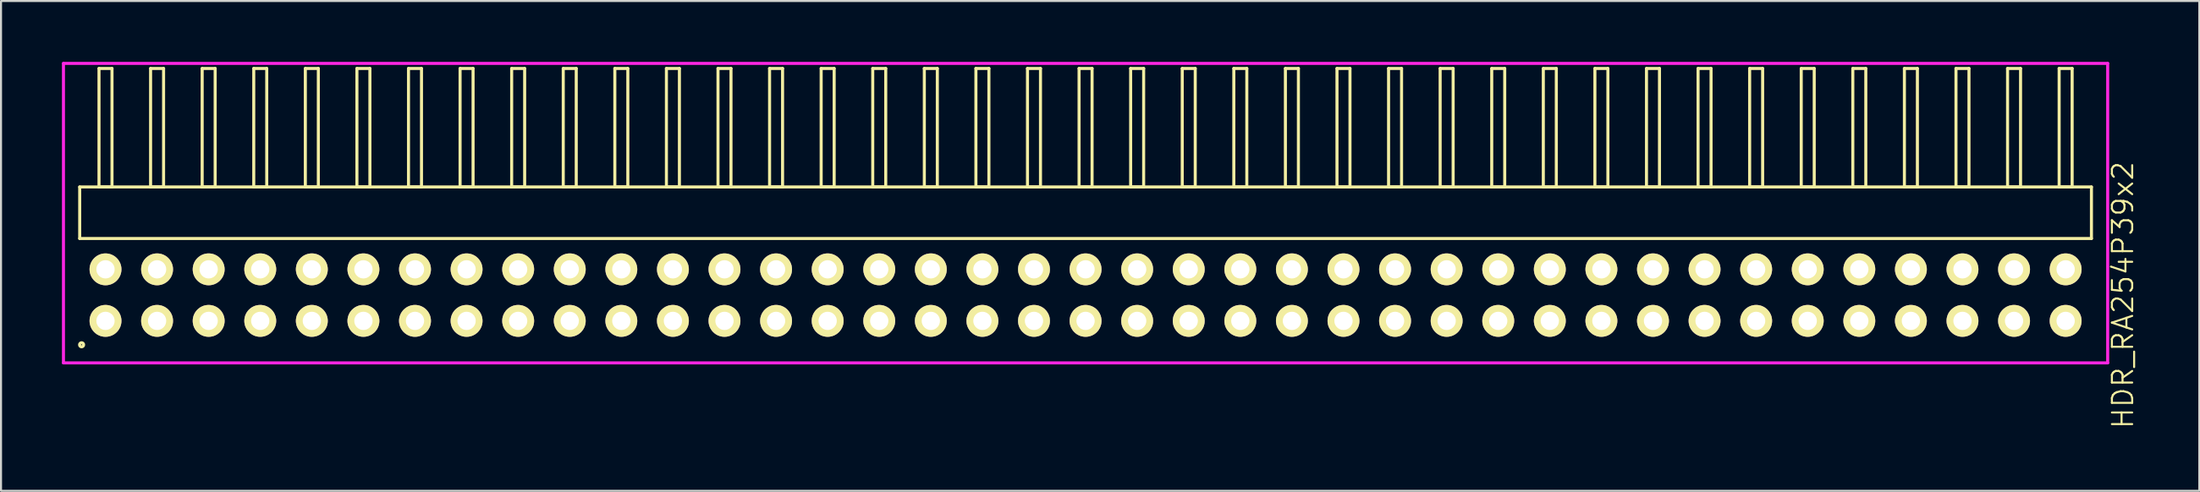
<source format=kicad_pcb>
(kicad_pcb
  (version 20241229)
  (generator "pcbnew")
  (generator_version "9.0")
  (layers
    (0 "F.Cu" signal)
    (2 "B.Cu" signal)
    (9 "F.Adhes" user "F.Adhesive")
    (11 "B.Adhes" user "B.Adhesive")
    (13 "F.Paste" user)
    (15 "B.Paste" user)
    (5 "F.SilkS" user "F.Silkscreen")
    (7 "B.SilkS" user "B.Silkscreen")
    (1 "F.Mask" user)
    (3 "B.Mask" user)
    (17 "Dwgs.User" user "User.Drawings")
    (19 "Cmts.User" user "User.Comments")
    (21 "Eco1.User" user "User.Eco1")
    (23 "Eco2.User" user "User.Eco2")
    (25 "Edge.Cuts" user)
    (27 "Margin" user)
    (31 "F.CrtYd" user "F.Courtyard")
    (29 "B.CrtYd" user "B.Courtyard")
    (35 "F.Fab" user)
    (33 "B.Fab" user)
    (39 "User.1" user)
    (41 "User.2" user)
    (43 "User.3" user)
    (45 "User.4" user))
  (footprint "HDR_RA254P39x2"
    (layer "F.Cu")
    (at 50.405 11.495)
    (property "Reference" "HDR_RA254P39x2" (at 51.08 0 90) (layer "F.SilkS") (effects (font (size 1 1) (thickness 0.1))))
    (attr through_hole)
    (fp_line (start -49.53 -5.33) (end -49.53 -2.79) (stroke (width 0.15) (type solid)) (layer "F.SilkS"))
    (fp_line (start -49.53 -2.79) (end 49.53 -2.79) (stroke (width 0.15) (type solid)) (layer "F.SilkS"))
    (fp_line (start -48.58 -11.17) (end -48.58 -5.33) (stroke (width 0.15) (type solid)) (layer "F.SilkS"))
    (fp_line (start -48.58 -5.33) (end -47.94 -5.33) (stroke (width 0.15) (type solid)) (layer "F.SilkS"))
    (fp_line (start -47.94 -11.17) (end -48.58 -11.17) (stroke (width 0.15) (type solid)) (layer "F.SilkS"))
    (fp_line (start -47.94 -5.33) (end -47.94 -11.17) (stroke (width 0.15) (type solid)) (layer "F.SilkS"))
    (fp_line (start -46.04 -11.17) (end -46.04 -5.33) (stroke (width 0.15) (type solid)) (layer "F.SilkS"))
    (fp_line (start -46.04 -5.33) (end -45.4 -5.33) (stroke (width 0.15) (type solid)) (layer "F.SilkS"))
    (fp_line (start -45.4 -11.17) (end -46.04 -11.17) (stroke (width 0.15) (type solid)) (layer "F.SilkS"))
    (fp_line (start -45.4 -5.33) (end -45.4 -11.17) (stroke (width 0.15) (type solid)) (layer "F.SilkS"))
    (fp_line (start -43.5 -11.17) (end -43.5 -5.33) (stroke (width 0.15) (type solid)) (layer "F.SilkS"))
    (fp_line (start -43.5 -5.33) (end -42.86 -5.33) (stroke (width 0.15) (type solid)) (layer "F.SilkS"))
    (fp_line (start -42.86 -11.17) (end -43.5 -11.17) (stroke (width 0.15) (type solid)) (layer "F.SilkS"))
    (fp_line (start -42.86 -5.33) (end -42.86 -11.17) (stroke (width 0.15) (type solid)) (layer "F.SilkS"))
    (fp_line (start -40.96 -11.17) (end -40.96 -5.33) (stroke (width 0.15) (type solid)) (layer "F.SilkS"))
    (fp_line (start -40.96 -5.33) (end -40.32 -5.33) (stroke (width 0.15) (type solid)) (layer "F.SilkS"))
    (fp_line (start -40.32 -11.17) (end -40.96 -11.17) (stroke (width 0.15) (type solid)) (layer "F.SilkS"))
    (fp_line (start -40.32 -5.33) (end -40.32 -11.17) (stroke (width 0.15) (type solid)) (layer "F.SilkS"))
    (fp_line (start -38.42 -11.17) (end -38.42 -5.33) (stroke (width 0.15) (type solid)) (layer "F.SilkS"))
    (fp_line (start -38.42 -5.33) (end -37.78 -5.33) (stroke (width 0.15) (type solid)) (layer "F.SilkS"))
    (fp_line (start -37.78 -11.17) (end -38.42 -11.17) (stroke (width 0.15) (type solid)) (layer "F.SilkS"))
    (fp_line (start -37.78 -5.33) (end -37.78 -11.17) (stroke (width 0.15) (type solid)) (layer "F.SilkS"))
    (fp_line (start -35.88 -11.17) (end -35.88 -5.33) (stroke (width 0.15) (type solid)) (layer "F.SilkS"))
    (fp_line (start -35.88 -5.33) (end -35.24 -5.33) (stroke (width 0.15) (type solid)) (layer "F.SilkS"))
    (fp_line (start -35.24 -11.17) (end -35.88 -11.17) (stroke (width 0.15) (type solid)) (layer "F.SilkS"))
    (fp_line (start -35.24 -5.33) (end -35.24 -11.17) (stroke (width 0.15) (type solid)) (layer "F.SilkS"))
    (fp_line (start -33.34 -11.17) (end -33.34 -5.33) (stroke (width 0.15) (type solid)) (layer "F.SilkS"))
    (fp_line (start -33.34 -5.33) (end -32.7 -5.33) (stroke (width 0.15) (type solid)) (layer "F.SilkS"))
    (fp_line (start -32.7 -11.17) (end -33.34 -11.17) (stroke (width 0.15) (type solid)) (layer "F.SilkS"))
    (fp_line (start -32.7 -5.33) (end -32.7 -11.17) (stroke (width 0.15) (type solid)) (layer "F.SilkS"))
    (fp_line (start -30.8 -11.17) (end -30.8 -5.33) (stroke (width 0.15) (type solid)) (layer "F.SilkS"))
    (fp_line (start -30.8 -5.33) (end -30.16 -5.33) (stroke (width 0.15) (type solid)) (layer "F.SilkS"))
    (fp_line (start -30.16 -11.17) (end -30.8 -11.17) (stroke (width 0.15) (type solid)) (layer "F.SilkS"))
    (fp_line (start -30.16 -5.33) (end -30.16 -11.17) (stroke (width 0.15) (type solid)) (layer "F.SilkS"))
    (fp_line (start -28.26 -11.17) (end -28.26 -5.33) (stroke (width 0.15) (type solid)) (layer "F.SilkS"))
    (fp_line (start -28.26 -5.33) (end -27.62 -5.33) (stroke (width 0.15) (type solid)) (layer "F.SilkS"))
    (fp_line (start -27.62 -11.17) (end -28.26 -11.17) (stroke (width 0.15) (type solid)) (layer "F.SilkS"))
    (fp_line (start -27.62 -5.33) (end -27.62 -11.17) (stroke (width 0.15) (type solid)) (layer "F.SilkS"))
    (fp_line (start -25.72 -11.17) (end -25.72 -5.33) (stroke (width 0.15) (type solid)) (layer "F.SilkS"))
    (fp_line (start -25.72 -5.33) (end -25.08 -5.33) (stroke (width 0.15) (type solid)) (layer "F.SilkS"))
    (fp_line (start -25.08 -11.17) (end -25.72 -11.17) (stroke (width 0.15) (type solid)) (layer "F.SilkS"))
    (fp_line (start -25.08 -5.33) (end -25.08 -11.17) (stroke (width 0.15) (type solid)) (layer "F.SilkS"))
    (fp_line (start -23.18 -11.17) (end -23.18 -5.33) (stroke (width 0.15) (type solid)) (layer "F.SilkS"))
    (fp_line (start -23.18 -5.33) (end -22.54 -5.33) (stroke (width 0.15) (type solid)) (layer "F.SilkS"))
    (fp_line (start -22.54 -11.17) (end -23.18 -11.17) (stroke (width 0.15) (type solid)) (layer "F.SilkS"))
    (fp_line (start -22.54 -5.33) (end -22.54 -11.17) (stroke (width 0.15) (type solid)) (layer "F.SilkS"))
    (fp_line (start -20.64 -11.17) (end -20.64 -5.33) (stroke (width 0.15) (type solid)) (layer "F.SilkS"))
    (fp_line (start -20.64 -5.33) (end -20 -5.33) (stroke (width 0.15) (type solid)) (layer "F.SilkS"))
    (fp_line (start -20 -11.17) (end -20.64 -11.17) (stroke (width 0.15) (type solid)) (layer "F.SilkS"))
    (fp_line (start -20 -5.33) (end -20 -11.17) (stroke (width 0.15) (type solid)) (layer "F.SilkS"))
    (fp_line (start -18.1 -11.17) (end -18.1 -5.33) (stroke (width 0.15) (type solid)) (layer "F.SilkS"))
    (fp_line (start -18.1 -5.33) (end -17.46 -5.33) (stroke (width 0.15) (type solid)) (layer "F.SilkS"))
    (fp_line (start -17.46 -11.17) (end -18.1 -11.17) (stroke (width 0.15) (type solid)) (layer "F.SilkS"))
    (fp_line (start -17.46 -5.33) (end -17.46 -11.17) (stroke (width 0.15) (type solid)) (layer "F.SilkS"))
    (fp_line (start -15.56 -11.17) (end -15.56 -5.33) (stroke (width 0.15) (type solid)) (layer "F.SilkS"))
    (fp_line (start -15.56 -5.33) (end -14.92 -5.33) (stroke (width 0.15) (type solid)) (layer "F.SilkS"))
    (fp_line (start -14.92 -11.17) (end -15.56 -11.17) (stroke (width 0.15) (type solid)) (layer "F.SilkS"))
    (fp_line (start -14.92 -5.33) (end -14.92 -11.17) (stroke (width 0.15) (type solid)) (layer "F.SilkS"))
    (fp_line (start -13.02 -11.17) (end -13.02 -5.33) (stroke (width 0.15) (type solid)) (layer "F.SilkS"))
    (fp_line (start -13.02 -5.33) (end -12.38 -5.33) (stroke (width 0.15) (type solid)) (layer "F.SilkS"))
    (fp_line (start -12.38 -11.17) (end -13.02 -11.17) (stroke (width 0.15) (type solid)) (layer "F.SilkS"))
    (fp_line (start -12.38 -5.33) (end -12.38 -11.17) (stroke (width 0.15) (type solid)) (layer "F.SilkS"))
    (fp_line (start -10.48 -11.17) (end -10.48 -5.33) (stroke (width 0.15) (type solid)) (layer "F.SilkS"))
    (fp_line (start -10.48 -5.33) (end -9.84 -5.33) (stroke (width 0.15) (type solid)) (layer "F.SilkS"))
    (fp_line (start -9.84 -11.17) (end -10.48 -11.17) (stroke (width 0.15) (type solid)) (layer "F.SilkS"))
    (fp_line (start -9.84 -5.33) (end -9.84 -11.17) (stroke (width 0.15) (type solid)) (layer "F.SilkS"))
    (fp_line (start -7.94 -11.17) (end -7.94 -5.33) (stroke (width 0.15) (type solid)) (layer "F.SilkS"))
    (fp_line (start -7.94 -5.33) (end -7.3 -5.33) (stroke (width 0.15) (type solid)) (layer "F.SilkS"))
    (fp_line (start -7.3 -11.17) (end -7.94 -11.17) (stroke (width 0.15) (type solid)) (layer "F.SilkS"))
    (fp_line (start -7.3 -5.33) (end -7.3 -11.17) (stroke (width 0.15) (type solid)) (layer "F.SilkS"))
    (fp_line (start -5.4 -11.17) (end -5.4 -5.33) (stroke (width 0.15) (type solid)) (layer "F.SilkS"))
    (fp_line (start -5.4 -5.33) (end -4.76 -5.33) (stroke (width 0.15) (type solid)) (layer "F.SilkS"))
    (fp_line (start -4.76 -11.17) (end -5.4 -11.17) (stroke (width 0.15) (type solid)) (layer "F.SilkS"))
    (fp_line (start -4.76 -5.33) (end -4.76 -11.17) (stroke (width 0.15) (type solid)) (layer "F.SilkS"))
    (fp_line (start -2.86 -11.17) (end -2.86 -5.33) (stroke (width 0.15) (type solid)) (layer "F.SilkS"))
    (fp_line (start -2.86 -5.33) (end -2.22 -5.33) (stroke (width 0.15) (type solid)) (layer "F.SilkS"))
    (fp_line (start -2.22 -11.17) (end -2.86 -11.17) (stroke (width 0.15) (type solid)) (layer "F.SilkS"))
    (fp_line (start -2.22 -5.33) (end -2.22 -11.17) (stroke (width 0.15) (type solid)) (layer "F.SilkS"))
    (fp_line (start -0.32 -11.17) (end -0.32 -5.33) (stroke (width 0.15) (type solid)) (layer "F.SilkS"))
    (fp_line (start -0.32 -5.33) (end 0.32 -5.33) (stroke (width 0.15) (type solid)) (layer "F.SilkS"))
    (fp_line (start 0.32 -11.17) (end -0.32 -11.17) (stroke (width 0.15) (type solid)) (layer "F.SilkS"))
    (fp_line (start 0.32 -5.33) (end 0.32 -11.17) (stroke (width 0.15) (type solid)) (layer "F.SilkS"))
    (fp_line (start 2.22 -11.17) (end 2.22 -5.33) (stroke (width 0.15) (type solid)) (layer "F.SilkS"))
    (fp_line (start 2.22 -5.33) (end 2.86 -5.33) (stroke (width 0.15) (type solid)) (layer "F.SilkS"))
    (fp_line (start 2.86 -11.17) (end 2.22 -11.17) (stroke (width 0.15) (type solid)) (layer "F.SilkS"))
    (fp_line (start 2.86 -5.33) (end 2.86 -11.17) (stroke (width 0.15) (type solid)) (layer "F.SilkS"))
    (fp_line (start 4.76 -11.17) (end 4.76 -5.33) (stroke (width 0.15) (type solid)) (layer "F.SilkS"))
    (fp_line (start 4.76 -5.33) (end 5.4 -5.33) (stroke (width 0.15) (type solid)) (layer "F.SilkS"))
    (fp_line (start 5.4 -11.17) (end 4.76 -11.17) (stroke (width 0.15) (type solid)) (layer "F.SilkS"))
    (fp_line (start 5.4 -5.33) (end 5.4 -11.17) (stroke (width 0.15) (type solid)) (layer "F.SilkS"))
    (fp_line (start 7.3 -11.17) (end 7.3 -5.33) (stroke (width 0.15) (type solid)) (layer "F.SilkS"))
    (fp_line (start 7.3 -5.33) (end 7.94 -5.33) (stroke (width 0.15) (type solid)) (layer "F.SilkS"))
    (fp_line (start 7.94 -11.17) (end 7.3 -11.17) (stroke (width 0.15) (type solid)) (layer "F.SilkS"))
    (fp_line (start 7.94 -5.33) (end 7.94 -11.17) (stroke (width 0.15) (type solid)) (layer "F.SilkS"))
    (fp_line (start 9.84 -11.17) (end 9.84 -5.33) (stroke (width 0.15) (type solid)) (layer "F.SilkS"))
    (fp_line (start 9.84 -5.33) (end 10.48 -5.33) (stroke (width 0.15) (type solid)) (layer "F.SilkS"))
    (fp_line (start 10.48 -11.17) (end 9.84 -11.17) (stroke (width 0.15) (type solid)) (layer "F.SilkS"))
    (fp_line (start 10.48 -5.33) (end 10.48 -11.17) (stroke (width 0.15) (type solid)) (layer "F.SilkS"))
    (fp_line (start 12.38 -11.17) (end 12.38 -5.33) (stroke (width 0.15) (type solid)) (layer "F.SilkS"))
    (fp_line (start 12.38 -5.33) (end 13.02 -5.33) (stroke (width 0.15) (type solid)) (layer "F.SilkS"))
    (fp_line (start 13.02 -11.17) (end 12.38 -11.17) (stroke (width 0.15) (type solid)) (layer "F.SilkS"))
    (fp_line (start 13.02 -5.33) (end 13.02 -11.17) (stroke (width 0.15) (type solid)) (layer "F.SilkS"))
    (fp_line (start 14.92 -11.17) (end 14.92 -5.33) (stroke (width 0.15) (type solid)) (layer "F.SilkS"))
    (fp_line (start 14.92 -5.33) (end 15.56 -5.33) (stroke (width 0.15) (type solid)) (layer "F.SilkS"))
    (fp_line (start 15.56 -11.17) (end 14.92 -11.17) (stroke (width 0.15) (type solid)) (layer "F.SilkS"))
    (fp_line (start 15.56 -5.33) (end 15.56 -11.17) (stroke (width 0.15) (type solid)) (layer "F.SilkS"))
    (fp_line (start 17.46 -11.17) (end 17.46 -5.33) (stroke (width 0.15) (type solid)) (layer "F.SilkS"))
    (fp_line (start 17.46 -5.33) (end 18.1 -5.33) (stroke (width 0.15) (type solid)) (layer "F.SilkS"))
    (fp_line (start 18.1 -11.17) (end 17.46 -11.17) (stroke (width 0.15) (type solid)) (layer "F.SilkS"))
    (fp_line (start 18.1 -5.33) (end 18.1 -11.17) (stroke (width 0.15) (type solid)) (layer "F.SilkS"))
    (fp_line (start 20 -11.17) (end 20 -5.33) (stroke (width 0.15) (type solid)) (layer "F.SilkS"))
    (fp_line (start 20 -5.33) (end 20.64 -5.33) (stroke (width 0.15) (type solid)) (layer "F.SilkS"))
    (fp_line (start 20.64 -11.17) (end 20 -11.17) (stroke (width 0.15) (type solid)) (layer "F.SilkS"))
    (fp_line (start 20.64 -5.33) (end 20.64 -11.17) (stroke (width 0.15) (type solid)) (layer "F.SilkS"))
    (fp_line (start 22.54 -11.17) (end 22.54 -5.33) (stroke (width 0.15) (type solid)) (layer "F.SilkS"))
    (fp_line (start 22.54 -5.33) (end 23.18 -5.33) (stroke (width 0.15) (type solid)) (layer "F.SilkS"))
    (fp_line (start 23.18 -11.17) (end 22.54 -11.17) (stroke (width 0.15) (type solid)) (layer "F.SilkS"))
    (fp_line (start 23.18 -5.33) (end 23.18 -11.17) (stroke (width 0.15) (type solid)) (layer "F.SilkS"))
    (fp_line (start 25.08 -11.17) (end 25.08 -5.33) (stroke (width 0.15) (type solid)) (layer "F.SilkS"))
    (fp_line (start 25.08 -5.33) (end 25.72 -5.33) (stroke (width 0.15) (type solid)) (layer "F.SilkS"))
    (fp_line (start 25.72 -11.17) (end 25.08 -11.17) (stroke (width 0.15) (type solid)) (layer "F.SilkS"))
    (fp_line (start 25.72 -5.33) (end 25.72 -11.17) (stroke (width 0.15) (type solid)) (layer "F.SilkS"))
    (fp_line (start 27.62 -11.17) (end 27.62 -5.33) (stroke (width 0.15) (type solid)) (layer "F.SilkS"))
    (fp_line (start 27.62 -5.33) (end 28.26 -5.33) (stroke (width 0.15) (type solid)) (layer "F.SilkS"))
    (fp_line (start 28.26 -11.17) (end 27.62 -11.17) (stroke (width 0.15) (type solid)) (layer "F.SilkS"))
    (fp_line (start 28.26 -5.33) (end 28.26 -11.17) (stroke (width 0.15) (type solid)) (layer "F.SilkS"))
    (fp_line (start 30.16 -11.17) (end 30.16 -5.33) (stroke (width 0.15) (type solid)) (layer "F.SilkS"))
    (fp_line (start 30.16 -5.33) (end 30.8 -5.33) (stroke (width 0.15) (type solid)) (layer "F.SilkS"))
    (fp_line (start 30.8 -11.17) (end 30.16 -11.17) (stroke (width 0.15) (type solid)) (layer "F.SilkS"))
    (fp_line (start 30.8 -5.33) (end 30.8 -11.17) (stroke (width 0.15) (type solid)) (layer "F.SilkS"))
    (fp_line (start 32.7 -11.17) (end 32.7 -5.33) (stroke (width 0.15) (type solid)) (layer "F.SilkS"))
    (fp_line (start 32.7 -5.33) (end 33.34 -5.33) (stroke (width 0.15) (type solid)) (layer "F.SilkS"))
    (fp_line (start 33.34 -11.17) (end 32.7 -11.17) (stroke (width 0.15) (type solid)) (layer "F.SilkS"))
    (fp_line (start 33.34 -5.33) (end 33.34 -11.17) (stroke (width 0.15) (type solid)) (layer "F.SilkS"))
    (fp_line (start 35.24 -11.17) (end 35.24 -5.33) (stroke (width 0.15) (type solid)) (layer "F.SilkS"))
    (fp_line (start 35.24 -5.33) (end 35.88 -5.33) (stroke (width 0.15) (type solid)) (layer "F.SilkS"))
    (fp_line (start 35.88 -11.17) (end 35.24 -11.17) (stroke (width 0.15) (type solid)) (layer "F.SilkS"))
    (fp_line (start 35.88 -5.33) (end 35.88 -11.17) (stroke (width 0.15) (type solid)) (layer "F.SilkS"))
    (fp_line (start 37.78 -11.17) (end 37.78 -5.33) (stroke (width 0.15) (type solid)) (layer "F.SilkS"))
    (fp_line (start 37.78 -5.33) (end 38.42 -5.33) (stroke (width 0.15) (type solid)) (layer "F.SilkS"))
    (fp_line (start 38.42 -11.17) (end 37.78 -11.17) (stroke (width 0.15) (type solid)) (layer "F.SilkS"))
    (fp_line (start 38.42 -5.33) (end 38.42 -11.17) (stroke (width 0.15) (type solid)) (layer "F.SilkS"))
    (fp_line (start 40.32 -11.17) (end 40.32 -5.33) (stroke (width 0.15) (type solid)) (layer "F.SilkS"))
    (fp_line (start 40.32 -5.33) (end 40.96 -5.33) (stroke (width 0.15) (type solid)) (layer "F.SilkS"))
    (fp_line (start 40.96 -11.17) (end 40.32 -11.17) (stroke (width 0.15) (type solid)) (layer "F.SilkS"))
    (fp_line (start 40.96 -5.33) (end 40.96 -11.17) (stroke (width 0.15) (type solid)) (layer "F.SilkS"))
    (fp_line (start 42.86 -11.17) (end 42.86 -5.33) (stroke (width 0.15) (type solid)) (layer "F.SilkS"))
    (fp_line (start 42.86 -5.33) (end 43.5 -5.33) (stroke (width 0.15) (type solid)) (layer "F.SilkS"))
    (fp_line (start 43.5 -11.17) (end 42.86 -11.17) (stroke (width 0.15) (type solid)) (layer "F.SilkS"))
    (fp_line (start 43.5 -5.33) (end 43.5 -11.17) (stroke (width 0.15) (type solid)) (layer "F.SilkS"))
    (fp_line (start 45.4 -11.17) (end 45.4 -5.33) (stroke (width 0.15) (type solid)) (layer "F.SilkS"))
    (fp_line (start 45.4 -5.33) (end 46.04 -5.33) (stroke (width 0.15) (type solid)) (layer "F.SilkS"))
    (fp_line (start 46.04 -11.17) (end 45.4 -11.17) (stroke (width 0.15) (type solid)) (layer "F.SilkS"))
    (fp_line (start 46.04 -5.33) (end 46.04 -11.17) (stroke (width 0.15) (type solid)) (layer "F.SilkS"))
    (fp_line (start 47.94 -11.17) (end 47.94 -5.33) (stroke (width 0.15) (type solid)) (layer "F.SilkS"))
    (fp_line (start 47.94 -5.33) (end 48.58 -5.33) (stroke (width 0.15) (type solid)) (layer "F.SilkS"))
    (fp_line (start 48.58 -11.17) (end 47.94 -11.17) (stroke (width 0.15) (type solid)) (layer "F.SilkS"))
    (fp_line (start 48.58 -5.33) (end 48.58 -11.17) (stroke (width 0.15) (type solid)) (layer "F.SilkS"))
    (fp_line (start 49.53 -5.33) (end -49.53 -5.33) (stroke (width 0.15) (type solid)) (layer "F.SilkS"))
    (fp_line (start 49.53 -2.79) (end 49.53 -5.33) (stroke (width 0.15) (type solid)) (layer "F.SilkS"))
    (fp_circle (center -49.437 2.448) (end -49.337 2.448) (stroke (width 0.15) (type solid)) (fill no) (layer "F.SilkS"))
    (fp_line (start -50.33 -11.42) (end -50.33 3.34) (stroke (width 0.15) (type solid)) (layer "F.CrtYd"))
    (fp_line (start -50.33 3.34) (end 50.33 3.34) (stroke (width 0.15) (type solid)) (layer "F.CrtYd"))
    (fp_line (start 50.33 -11.42) (end -50.33 -11.42) (stroke (width 0.15) (type solid)) (layer "F.CrtYd"))
    (fp_line (start 50.33 3.34) (end 50.33 -11.42) (stroke (width 0.15) (type solid)) (layer "F.CrtYd"))
    (pad "1" thru_hole oval (at -48.26 1.27) (size 1.57 1.57) (drill 0.9) (layers "*.Cu" "*.Mask" "F.SilkS"))
    (pad "2" thru_hole oval (at -48.26 -1.27) (size 1.57 1.57) (drill 0.9) (layers "*.Cu" "*.Mask" "F.SilkS"))
    (pad "3" thru_hole oval (at -45.72 1.27) (size 1.57 1.57) (drill 0.9) (layers "*.Cu" "*.Mask" "F.SilkS"))
    (pad "4" thru_hole oval (at -45.72 -1.27) (size 1.57 1.57) (drill 0.9) (layers "*.Cu" "*.Mask" "F.SilkS"))
    (pad "5" thru_hole oval (at -43.18 1.27) (size 1.57 1.57) (drill 0.9) (layers "*.Cu" "*.Mask" "F.SilkS"))
    (pad "6" thru_hole oval (at -43.18 -1.27) (size 1.57 1.57) (drill 0.9) (layers "*.Cu" "*.Mask" "F.SilkS"))
    (pad "7" thru_hole oval (at -40.64 1.27) (size 1.57 1.57) (drill 0.9) (layers "*.Cu" "*.Mask" "F.SilkS"))
    (pad "8" thru_hole oval (at -40.64 -1.27) (size 1.57 1.57) (drill 0.9) (layers "*.Cu" "*.Mask" "F.SilkS"))
    (pad "9" thru_hole oval (at -38.1 1.27) (size 1.57 1.57) (drill 0.9) (layers "*.Cu" "*.Mask" "F.SilkS"))
    (pad "10" thru_hole oval (at -38.1 -1.27) (size 1.57 1.57) (drill 0.9) (layers "*.Cu" "*.Mask" "F.SilkS"))
    (pad "11" thru_hole oval (at -35.56 1.27) (size 1.57 1.57) (drill 0.9) (layers "*.Cu" "*.Mask" "F.SilkS"))
    (pad "12" thru_hole oval (at -35.56 -1.27) (size 1.57 1.57) (drill 0.9) (layers "*.Cu" "*.Mask" "F.SilkS"))
    (pad "13" thru_hole oval (at -33.02 1.27) (size 1.57 1.57) (drill 0.9) (layers "*.Cu" "*.Mask" "F.SilkS"))
    (pad "14" thru_hole oval (at -33.02 -1.27) (size 1.57 1.57) (drill 0.9) (layers "*.Cu" "*.Mask" "F.SilkS"))
    (pad "15" thru_hole oval (at -30.48 1.27) (size 1.57 1.57) (drill 0.9) (layers "*.Cu" "*.Mask" "F.SilkS"))
    (pad "16" thru_hole oval (at -30.48 -1.27) (size 1.57 1.57) (drill 0.9) (layers "*.Cu" "*.Mask" "F.SilkS"))
    (pad "17" thru_hole oval (at -27.94 1.27) (size 1.57 1.57) (drill 0.9) (layers "*.Cu" "*.Mask" "F.SilkS"))
    (pad "18" thru_hole oval (at -27.94 -1.27) (size 1.57 1.57) (drill 0.9) (layers "*.Cu" "*.Mask" "F.SilkS"))
    (pad "19" thru_hole oval (at -25.4 1.27) (size 1.57 1.57) (drill 0.9) (layers "*.Cu" "*.Mask" "F.SilkS"))
    (pad "20" thru_hole oval (at -25.4 -1.27) (size 1.57 1.57) (drill 0.9) (layers "*.Cu" "*.Mask" "F.SilkS"))
    (pad "21" thru_hole oval (at -22.86 1.27) (size 1.57 1.57) (drill 0.9) (layers "*.Cu" "*.Mask" "F.SilkS"))
    (pad "22" thru_hole oval (at -22.86 -1.27) (size 1.57 1.57) (drill 0.9) (layers "*.Cu" "*.Mask" "F.SilkS"))
    (pad "23" thru_hole oval (at -20.32 1.27) (size 1.57 1.57) (drill 0.9) (layers "*.Cu" "*.Mask" "F.SilkS"))
    (pad "24" thru_hole oval (at -20.32 -1.27) (size 1.57 1.57) (drill 0.9) (layers "*.Cu" "*.Mask" "F.SilkS"))
    (pad "25" thru_hole oval (at -17.78 1.27) (size 1.57 1.57) (drill 0.9) (layers "*.Cu" "*.Mask" "F.SilkS"))
    (pad "26" thru_hole oval (at -17.78 -1.27) (size 1.57 1.57) (drill 0.9) (layers "*.Cu" "*.Mask" "F.SilkS"))
    (pad "27" thru_hole oval (at -15.24 1.27) (size 1.57 1.57) (drill 0.9) (layers "*.Cu" "*.Mask" "F.SilkS"))
    (pad "28" thru_hole oval (at -15.24 -1.27) (size 1.57 1.57) (drill 0.9) (layers "*.Cu" "*.Mask" "F.SilkS"))
    (pad "29" thru_hole oval (at -12.7 1.27) (size 1.57 1.57) (drill 0.9) (layers "*.Cu" "*.Mask" "F.SilkS"))
    (pad "30" thru_hole oval (at -12.7 -1.27) (size 1.57 1.57) (drill 0.9) (layers "*.Cu" "*.Mask" "F.SilkS"))
    (pad "31" thru_hole oval (at -10.16 1.27) (size 1.57 1.57) (drill 0.9) (layers "*.Cu" "*.Mask" "F.SilkS"))
    (pad "32" thru_hole oval (at -10.16 -1.27) (size 1.57 1.57) (drill 0.9) (layers "*.Cu" "*.Mask" "F.SilkS"))
    (pad "33" thru_hole oval (at -7.62 1.27) (size 1.57 1.57) (drill 0.9) (layers "*.Cu" "*.Mask" "F.SilkS"))
    (pad "34" thru_hole oval (at -7.62 -1.27) (size 1.57 1.57) (drill 0.9) (layers "*.Cu" "*.Mask" "F.SilkS"))
    (pad "35" thru_hole oval (at -5.08 1.27) (size 1.57 1.57) (drill 0.9) (layers "*.Cu" "*.Mask" "F.SilkS"))
    (pad "36" thru_hole oval (at -5.08 -1.27) (size 1.57 1.57) (drill 0.9) (layers "*.Cu" "*.Mask" "F.SilkS"))
    (pad "37" thru_hole oval (at -2.54 1.27) (size 1.57 1.57) (drill 0.9) (layers "*.Cu" "*.Mask" "F.SilkS"))
    (pad "38" thru_hole oval (at -2.54 -1.27) (size 1.57 1.57) (drill 0.9) (layers "*.Cu" "*.Mask" "F.SilkS"))
    (pad "39" thru_hole oval (at 0 1.27) (size 1.57 1.57) (drill 0.9) (layers "*.Cu" "*.Mask" "F.SilkS"))
    (pad "40" thru_hole oval (at 0 -1.27) (size 1.57 1.57) (drill 0.9) (layers "*.Cu" "*.Mask" "F.SilkS"))
    (pad "41" thru_hole oval (at 2.54 1.27) (size 1.57 1.57) (drill 0.9) (layers "*.Cu" "*.Mask" "F.SilkS"))
    (pad "42" thru_hole oval (at 2.54 -1.27) (size 1.57 1.57) (drill 0.9) (layers "*.Cu" "*.Mask" "F.SilkS"))
    (pad "43" thru_hole oval (at 5.08 1.27) (size 1.57 1.57) (drill 0.9) (layers "*.Cu" "*.Mask" "F.SilkS"))
    (pad "44" thru_hole oval (at 5.08 -1.27) (size 1.57 1.57) (drill 0.9) (layers "*.Cu" "*.Mask" "F.SilkS"))
    (pad "45" thru_hole oval (at 7.62 1.27) (size 1.57 1.57) (drill 0.9) (layers "*.Cu" "*.Mask" "F.SilkS"))
    (pad "46" thru_hole oval (at 7.62 -1.27) (size 1.57 1.57) (drill 0.9) (layers "*.Cu" "*.Mask" "F.SilkS"))
    (pad "47" thru_hole oval (at 10.16 1.27) (size 1.57 1.57) (drill 0.9) (layers "*.Cu" "*.Mask" "F.SilkS"))
    (pad "48" thru_hole oval (at 10.16 -1.27) (size 1.57 1.57) (drill 0.9) (layers "*.Cu" "*.Mask" "F.SilkS"))
    (pad "49" thru_hole oval (at 12.7 1.27) (size 1.57 1.57) (drill 0.9) (layers "*.Cu" "*.Mask" "F.SilkS"))
    (pad "50" thru_hole oval (at 12.7 -1.27) (size 1.57 1.57) (drill 0.9) (layers "*.Cu" "*.Mask" "F.SilkS"))
    (pad "51" thru_hole oval (at 15.24 1.27) (size 1.57 1.57) (drill 0.9) (layers "*.Cu" "*.Mask" "F.SilkS"))
    (pad "52" thru_hole oval (at 15.24 -1.27) (size 1.57 1.57) (drill 0.9) (layers "*.Cu" "*.Mask" "F.SilkS"))
    (pad "53" thru_hole oval (at 17.78 1.27) (size 1.57 1.57) (drill 0.9) (layers "*.Cu" "*.Mask" "F.SilkS"))
    (pad "54" thru_hole oval (at 17.78 -1.27) (size 1.57 1.57) (drill 0.9) (layers "*.Cu" "*.Mask" "F.SilkS"))
    (pad "55" thru_hole oval (at 20.32 1.27) (size 1.57 1.57) (drill 0.9) (layers "*.Cu" "*.Mask" "F.SilkS"))
    (pad "56" thru_hole oval (at 20.32 -1.27) (size 1.57 1.57) (drill 0.9) (layers "*.Cu" "*.Mask" "F.SilkS"))
    (pad "57" thru_hole oval (at 22.86 1.27) (size 1.57 1.57) (drill 0.9) (layers "*.Cu" "*.Mask" "F.SilkS"))
    (pad "58" thru_hole oval (at 22.86 -1.27) (size 1.57 1.57) (drill 0.9) (layers "*.Cu" "*.Mask" "F.SilkS"))
    (pad "59" thru_hole oval (at 25.4 1.27) (size 1.57 1.57) (drill 0.9) (layers "*.Cu" "*.Mask" "F.SilkS"))
    (pad "60" thru_hole oval (at 25.4 -1.27) (size 1.57 1.57) (drill 0.9) (layers "*.Cu" "*.Mask" "F.SilkS"))
    (pad "61" thru_hole oval (at 27.94 1.27) (size 1.57 1.57) (drill 0.9) (layers "*.Cu" "*.Mask" "F.SilkS"))
    (pad "62" thru_hole oval (at 27.94 -1.27) (size 1.57 1.57) (drill 0.9) (layers "*.Cu" "*.Mask" "F.SilkS"))
    (pad "63" thru_hole oval (at 30.48 1.27) (size 1.57 1.57) (drill 0.9) (layers "*.Cu" "*.Mask" "F.SilkS"))
    (pad "64" thru_hole oval (at 30.48 -1.27) (size 1.57 1.57) (drill 0.9) (layers "*.Cu" "*.Mask" "F.SilkS"))
    (pad "65" thru_hole oval (at 33.02 1.27) (size 1.57 1.57) (drill 0.9) (layers "*.Cu" "*.Mask" "F.SilkS"))
    (pad "66" thru_hole oval (at 33.02 -1.27) (size 1.57 1.57) (drill 0.9) (layers "*.Cu" "*.Mask" "F.SilkS"))
    (pad "67" thru_hole oval (at 35.56 1.27) (size 1.57 1.57) (drill 0.9) (layers "*.Cu" "*.Mask" "F.SilkS"))
    (pad "68" thru_hole oval (at 35.56 -1.27) (size 1.57 1.57) (drill 0.9) (layers "*.Cu" "*.Mask" "F.SilkS"))
    (pad "69" thru_hole oval (at 38.1 1.27) (size 1.57 1.57) (drill 0.9) (layers "*.Cu" "*.Mask" "F.SilkS"))
    (pad "70" thru_hole oval (at 38.1 -1.27) (size 1.57 1.57) (drill 0.9) (layers "*.Cu" "*.Mask" "F.SilkS"))
    (pad "71" thru_hole oval (at 40.64 1.27) (size 1.57 1.57) (drill 0.9) (layers "*.Cu" "*.Mask" "F.SilkS"))
    (pad "72" thru_hole oval (at 40.64 -1.27) (size 1.57 1.57) (drill 0.9) (layers "*.Cu" "*.Mask" "F.SilkS"))
    (pad "73" thru_hole oval (at 43.18 1.27) (size 1.57 1.57) (drill 0.9) (layers "*.Cu" "*.Mask" "F.SilkS"))
    (pad "74" thru_hole oval (at 43.18 -1.27) (size 1.57 1.57) (drill 0.9) (layers "*.Cu" "*.Mask" "F.SilkS"))
    (pad "75" thru_hole oval (at 45.72 1.27) (size 1.57 1.57) (drill 0.9) (layers "*.Cu" "*.Mask" "F.SilkS"))
    (pad "76" thru_hole oval (at 45.72 -1.27) (size 1.57 1.57) (drill 0.9) (layers "*.Cu" "*.Mask" "F.SilkS"))
    (pad "77" thru_hole oval (at 48.26 1.27) (size 1.57 1.57) (drill 0.9) (layers "*.Cu" "*.Mask" "F.SilkS"))
    (pad "78" thru_hole oval (at 48.26 -1.27) (size 1.57 1.57) (drill 0.9) (layers "*.Cu" "*.Mask" "F.SilkS")))
  (gr_rect
    (start -3 -3)
    (end 105.246 21.14)
    (stroke (width 0.1) (type default))
    (fill no)
    (layer "Edge.Cuts")))
</source>
